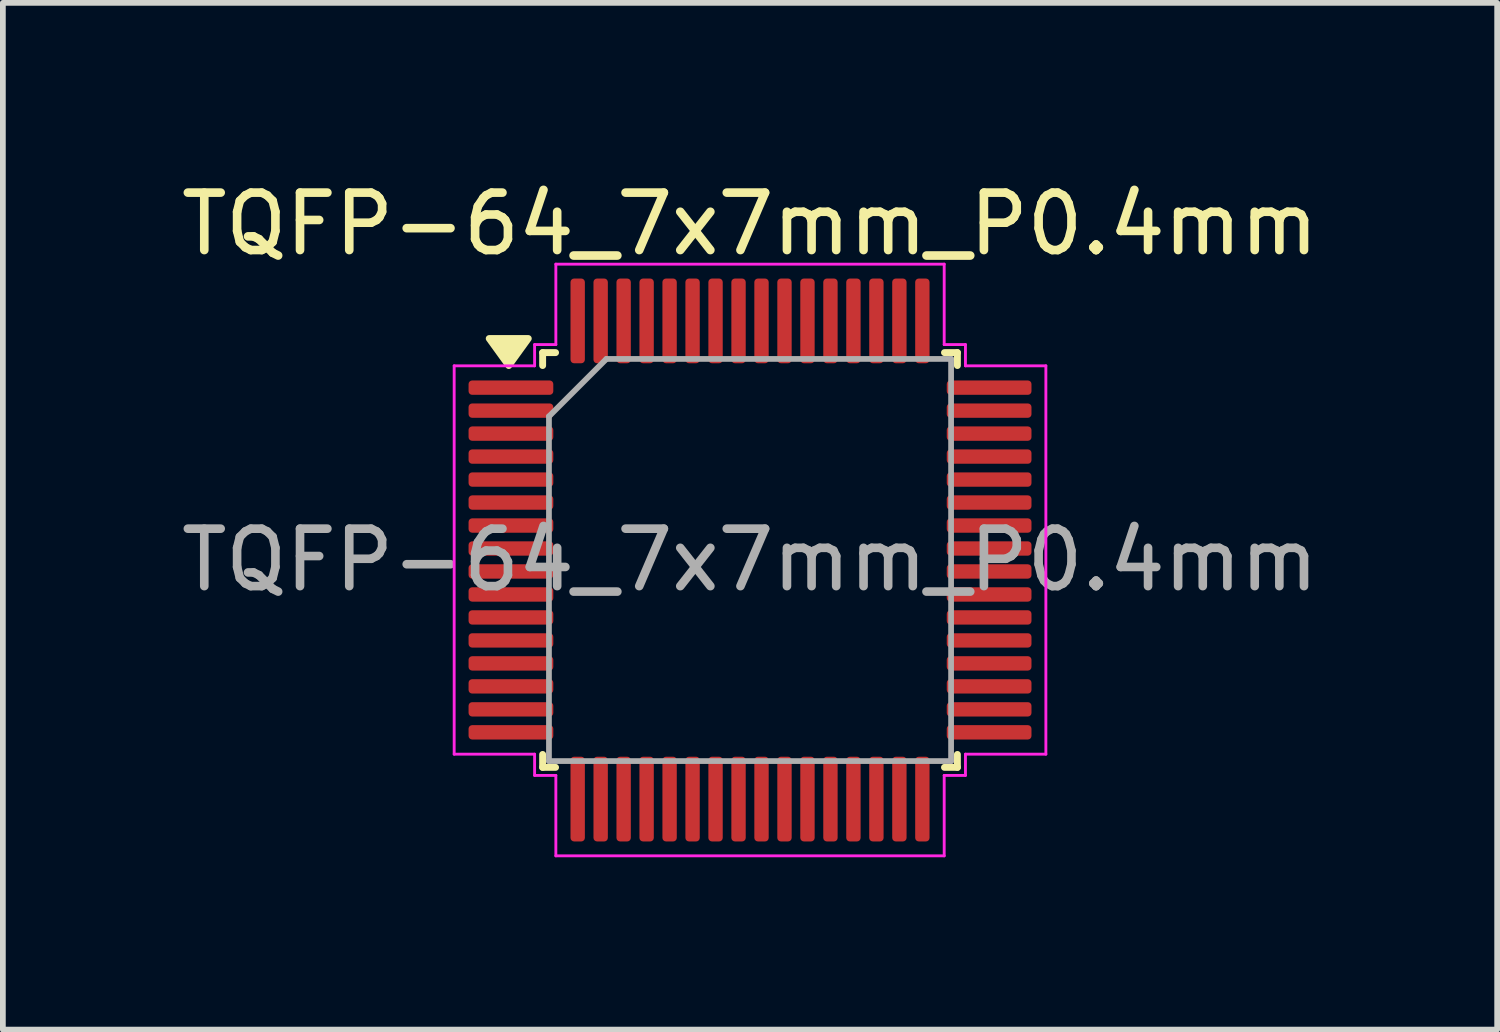
<source format=kicad_pcb>
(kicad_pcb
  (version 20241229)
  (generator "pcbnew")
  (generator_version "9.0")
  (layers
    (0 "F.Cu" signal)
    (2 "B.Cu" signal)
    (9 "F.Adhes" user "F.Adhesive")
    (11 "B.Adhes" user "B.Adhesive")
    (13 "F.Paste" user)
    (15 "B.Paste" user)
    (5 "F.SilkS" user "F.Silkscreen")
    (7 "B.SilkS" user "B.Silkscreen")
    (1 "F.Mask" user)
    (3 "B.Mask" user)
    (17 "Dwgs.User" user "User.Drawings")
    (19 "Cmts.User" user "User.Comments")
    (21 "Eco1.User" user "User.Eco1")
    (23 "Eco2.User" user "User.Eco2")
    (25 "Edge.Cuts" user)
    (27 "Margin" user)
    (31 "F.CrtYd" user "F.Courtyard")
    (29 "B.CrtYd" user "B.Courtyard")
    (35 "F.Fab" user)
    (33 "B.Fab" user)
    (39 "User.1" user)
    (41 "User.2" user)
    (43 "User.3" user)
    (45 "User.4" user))
  (footprint "TQFP-64_7x7mm_P0.4mm"
    (layer "F.Cu")
    (at 10.006 6.698)
    (property "Reference" "TQFP-64_7x7mm_P0.4mm" (at 0 -5.85 0) (layer "F.SilkS") (effects (font (size 1 1) (thickness 0.15))))
    (attr smd)
    (fp_line (start -3.61 -3.61) (end -3.61 -3.385) (stroke (width 0.12) (type solid)) (layer "F.SilkS"))
    (fp_line (start -3.61 3.61) (end -3.61 3.385) (stroke (width 0.12) (type solid)) (layer "F.SilkS"))
    (fp_line (start -3.385 -3.61) (end -3.61 -3.61) (stroke (width 0.12) (type solid)) (layer "F.SilkS"))
    (fp_line (start -3.385 3.61) (end -3.61 3.61) (stroke (width 0.12) (type solid)) (layer "F.SilkS"))
    (fp_line (start 3.385 -3.61) (end 3.61 -3.61) (stroke (width 0.12) (type solid)) (layer "F.SilkS"))
    (fp_line (start 3.385 3.61) (end 3.61 3.61) (stroke (width 0.12) (type solid)) (layer "F.SilkS"))
    (fp_line (start 3.61 -3.61) (end 3.61 -3.385) (stroke (width 0.12) (type solid)) (layer "F.SilkS"))
    (fp_line (start 3.61 3.61) (end 3.61 3.385) (stroke (width 0.12) (type solid)) (layer "F.SilkS"))
    (fp_poly (pts (xy -4.2 -3.385) (xy -4.54 -3.855) (xy -3.86 -3.855)) (stroke (width 0.12) (type solid)) (fill yes) (layer "F.SilkS"))
    (fp_line (start -5.15 -3.38) (end -3.75 -3.38) (stroke (width 0.05) (type solid)) (layer "F.CrtYd"))
    (fp_line (start -5.15 3.38) (end -5.15 -3.38) (stroke (width 0.05) (type solid)) (layer "F.CrtYd"))
    (fp_line (start -3.75 -3.75) (end -3.38 -3.75) (stroke (width 0.05) (type solid)) (layer "F.CrtYd"))
    (fp_line (start -3.75 -3.38) (end -3.75 -3.75) (stroke (width 0.05) (type solid)) (layer "F.CrtYd"))
    (fp_line (start -3.75 3.38) (end -5.15 3.38) (stroke (width 0.05) (type solid)) (layer "F.CrtYd"))
    (fp_line (start -3.75 3.75) (end -3.75 3.38) (stroke (width 0.05) (type solid)) (layer "F.CrtYd"))
    (fp_line (start -3.38 -5.15) (end 3.38 -5.15) (stroke (width 0.05) (type solid)) (layer "F.CrtYd"))
    (fp_line (start -3.38 -3.75) (end -3.38 -5.15) (stroke (width 0.05) (type solid)) (layer "F.CrtYd"))
    (fp_line (start -3.38 3.75) (end -3.75 3.75) (stroke (width 0.05) (type solid)) (layer "F.CrtYd"))
    (fp_line (start -3.38 5.15) (end -3.38 3.75) (stroke (width 0.05) (type solid)) (layer "F.CrtYd"))
    (fp_line (start 3.38 -5.15) (end 3.38 -3.75) (stroke (width 0.05) (type solid)) (layer "F.CrtYd"))
    (fp_line (start 3.38 -3.75) (end 3.75 -3.75) (stroke (width 0.05) (type solid)) (layer "F.CrtYd"))
    (fp_line (start 3.38 3.75) (end 3.38 5.15) (stroke (width 0.05) (type solid)) (layer "F.CrtYd"))
    (fp_line (start 3.38 5.15) (end -3.38 5.15) (stroke (width 0.05) (type solid)) (layer "F.CrtYd"))
    (fp_line (start 3.75 -3.75) (end 3.75 -3.38) (stroke (width 0.05) (type solid)) (layer "F.CrtYd"))
    (fp_line (start 3.75 -3.38) (end 5.15 -3.38) (stroke (width 0.05) (type solid)) (layer "F.CrtYd"))
    (fp_line (start 3.75 3.38) (end 3.75 3.75) (stroke (width 0.05) (type solid)) (layer "F.CrtYd"))
    (fp_line (start 3.75 3.75) (end 3.38 3.75) (stroke (width 0.05) (type solid)) (layer "F.CrtYd"))
    (fp_line (start 5.15 -3.38) (end 5.15 3.38) (stroke (width 0.05) (type solid)) (layer "F.CrtYd"))
    (fp_line (start 5.15 3.38) (end 3.75 3.38) (stroke (width 0.05) (type solid)) (layer "F.CrtYd"))
    (fp_line (start -3.5 -2.5) (end -2.5 -3.5) (stroke (width 0.1) (type solid)) (layer "F.Fab"))
    (fp_line (start -3.5 3.5) (end -3.5 -2.5) (stroke (width 0.1) (type solid)) (layer "F.Fab"))
    (fp_line (start -2.5 -3.5) (end 3.5 -3.5) (stroke (width 0.1) (type solid)) (layer "F.Fab"))
    (fp_line (start 3.5 -3.5) (end 3.5 3.5) (stroke (width 0.1) (type solid)) (layer "F.Fab"))
    (fp_line (start 3.5 3.5) (end -3.5 3.5) (stroke (width 0.1) (type solid)) (layer "F.Fab"))
    (fp_text user "${REFERENCE}" (at 0 0 0) (layer "F.Fab") (effects (font (size 1 1) (thickness 0.15))))
    (pad "1" smd roundrect (at -4.162 -3) (size 1.475 0.25) (layers "F.Cu" "F.Mask" "F.Paste") (roundrect_rratio 0.25))
    (pad "2" smd roundrect (at -4.162 -2.6) (size 1.475 0.25) (layers "F.Cu" "F.Mask" "F.Paste") (roundrect_rratio 0.25))
    (pad "3" smd roundrect (at -4.162 -2.2) (size 1.475 0.25) (layers "F.Cu" "F.Mask" "F.Paste") (roundrect_rratio 0.25))
    (pad "4" smd roundrect (at -4.162 -1.8) (size 1.475 0.25) (layers "F.Cu" "F.Mask" "F.Paste") (roundrect_rratio 0.25))
    (pad "5" smd roundrect (at -4.162 -1.4) (size 1.475 0.25) (layers "F.Cu" "F.Mask" "F.Paste") (roundrect_rratio 0.25))
    (pad "6" smd roundrect (at -4.162 -1) (size 1.475 0.25) (layers "F.Cu" "F.Mask" "F.Paste") (roundrect_rratio 0.25))
    (pad "7" smd roundrect (at -4.162 -0.6) (size 1.475 0.25) (layers "F.Cu" "F.Mask" "F.Paste") (roundrect_rratio 0.25))
    (pad "8" smd roundrect (at -4.162 -0.2) (size 1.475 0.25) (layers "F.Cu" "F.Mask" "F.Paste") (roundrect_rratio 0.25))
    (pad "9" smd roundrect (at -4.162 0.2) (size 1.475 0.25) (layers "F.Cu" "F.Mask" "F.Paste") (roundrect_rratio 0.25))
    (pad "10" smd roundrect (at -4.162 0.6) (size 1.475 0.25) (layers "F.Cu" "F.Mask" "F.Paste") (roundrect_rratio 0.25))
    (pad "11" smd roundrect (at -4.162 1) (size 1.475 0.25) (layers "F.Cu" "F.Mask" "F.Paste") (roundrect_rratio 0.25))
    (pad "12" smd roundrect (at -4.162 1.4) (size 1.475 0.25) (layers "F.Cu" "F.Mask" "F.Paste") (roundrect_rratio 0.25))
    (pad "13" smd roundrect (at -4.162 1.8) (size 1.475 0.25) (layers "F.Cu" "F.Mask" "F.Paste") (roundrect_rratio 0.25))
    (pad "14" smd roundrect (at -4.162 2.2) (size 1.475 0.25) (layers "F.Cu" "F.Mask" "F.Paste") (roundrect_rratio 0.25))
    (pad "15" smd roundrect (at -4.162 2.6) (size 1.475 0.25) (layers "F.Cu" "F.Mask" "F.Paste") (roundrect_rratio 0.25))
    (pad "16" smd roundrect (at -4.162 3) (size 1.475 0.25) (layers "F.Cu" "F.Mask" "F.Paste") (roundrect_rratio 0.25))
    (pad "17" smd roundrect (at -3 4.162) (size 0.25 1.475) (layers "F.Cu" "F.Mask" "F.Paste") (roundrect_rratio 0.25))
    (pad "18" smd roundrect (at -2.6 4.162) (size 0.25 1.475) (layers "F.Cu" "F.Mask" "F.Paste") (roundrect_rratio 0.25))
    (pad "19" smd roundrect (at -2.2 4.162) (size 0.25 1.475) (layers "F.Cu" "F.Mask" "F.Paste") (roundrect_rratio 0.25))
    (pad "20" smd roundrect (at -1.8 4.162) (size 0.25 1.475) (layers "F.Cu" "F.Mask" "F.Paste") (roundrect_rratio 0.25))
    (pad "21" smd roundrect (at -1.4 4.162) (size 0.25 1.475) (layers "F.Cu" "F.Mask" "F.Paste") (roundrect_rratio 0.25))
    (pad "22" smd roundrect (at -1 4.162) (size 0.25 1.475) (layers "F.Cu" "F.Mask" "F.Paste") (roundrect_rratio 0.25))
    (pad "23" smd roundrect (at -0.6 4.162) (size 0.25 1.475) (layers "F.Cu" "F.Mask" "F.Paste") (roundrect_rratio 0.25))
    (pad "24" smd roundrect (at -0.2 4.162) (size 0.25 1.475) (layers "F.Cu" "F.Mask" "F.Paste") (roundrect_rratio 0.25))
    (pad "25" smd roundrect (at 0.2 4.162) (size 0.25 1.475) (layers "F.Cu" "F.Mask" "F.Paste") (roundrect_rratio 0.25))
    (pad "26" smd roundrect (at 0.6 4.162) (size 0.25 1.475) (layers "F.Cu" "F.Mask" "F.Paste") (roundrect_rratio 0.25))
    (pad "27" smd roundrect (at 1 4.162) (size 0.25 1.475) (layers "F.Cu" "F.Mask" "F.Paste") (roundrect_rratio 0.25))
    (pad "28" smd roundrect (at 1.4 4.162) (size 0.25 1.475) (layers "F.Cu" "F.Mask" "F.Paste") (roundrect_rratio 0.25))
    (pad "29" smd roundrect (at 1.8 4.162) (size 0.25 1.475) (layers "F.Cu" "F.Mask" "F.Paste") (roundrect_rratio 0.25))
    (pad "30" smd roundrect (at 2.2 4.162) (size 0.25 1.475) (layers "F.Cu" "F.Mask" "F.Paste") (roundrect_rratio 0.25))
    (pad "31" smd roundrect (at 2.6 4.162) (size 0.25 1.475) (layers "F.Cu" "F.Mask" "F.Paste") (roundrect_rratio 0.25))
    (pad "32" smd roundrect (at 3 4.162) (size 0.25 1.475) (layers "F.Cu" "F.Mask" "F.Paste") (roundrect_rratio 0.25))
    (pad "33" smd roundrect (at 4.162 3) (size 1.475 0.25) (layers "F.Cu" "F.Mask" "F.Paste") (roundrect_rratio 0.25))
    (pad "34" smd roundrect (at 4.162 2.6) (size 1.475 0.25) (layers "F.Cu" "F.Mask" "F.Paste") (roundrect_rratio 0.25))
    (pad "35" smd roundrect (at 4.162 2.2) (size 1.475 0.25) (layers "F.Cu" "F.Mask" "F.Paste") (roundrect_rratio 0.25))
    (pad "36" smd roundrect (at 4.162 1.8) (size 1.475 0.25) (layers "F.Cu" "F.Mask" "F.Paste") (roundrect_rratio 0.25))
    (pad "37" smd roundrect (at 4.162 1.4) (size 1.475 0.25) (layers "F.Cu" "F.Mask" "F.Paste") (roundrect_rratio 0.25))
    (pad "38" smd roundrect (at 4.162 1) (size 1.475 0.25) (layers "F.Cu" "F.Mask" "F.Paste") (roundrect_rratio 0.25))
    (pad "39" smd roundrect (at 4.162 0.6) (size 1.475 0.25) (layers "F.Cu" "F.Mask" "F.Paste") (roundrect_rratio 0.25))
    (pad "40" smd roundrect (at 4.162 0.2) (size 1.475 0.25) (layers "F.Cu" "F.Mask" "F.Paste") (roundrect_rratio 0.25))
    (pad "41" smd roundrect (at 4.162 -0.2) (size 1.475 0.25) (layers "F.Cu" "F.Mask" "F.Paste") (roundrect_rratio 0.25))
    (pad "42" smd roundrect (at 4.162 -0.6) (size 1.475 0.25) (layers "F.Cu" "F.Mask" "F.Paste") (roundrect_rratio 0.25))
    (pad "43" smd roundrect (at 4.162 -1) (size 1.475 0.25) (layers "F.Cu" "F.Mask" "F.Paste") (roundrect_rratio 0.25))
    (pad "44" smd roundrect (at 4.162 -1.4) (size 1.475 0.25) (layers "F.Cu" "F.Mask" "F.Paste") (roundrect_rratio 0.25))
    (pad "45" smd roundrect (at 4.162 -1.8) (size 1.475 0.25) (layers "F.Cu" "F.Mask" "F.Paste") (roundrect_rratio 0.25))
    (pad "46" smd roundrect (at 4.162 -2.2) (size 1.475 0.25) (layers "F.Cu" "F.Mask" "F.Paste") (roundrect_rratio 0.25))
    (pad "47" smd roundrect (at 4.162 -2.6) (size 1.475 0.25) (layers "F.Cu" "F.Mask" "F.Paste") (roundrect_rratio 0.25))
    (pad "48" smd roundrect (at 4.162 -3) (size 1.475 0.25) (layers "F.Cu" "F.Mask" "F.Paste") (roundrect_rratio 0.25))
    (pad "49" smd roundrect (at 3 -4.162) (size 0.25 1.475) (layers "F.Cu" "F.Mask" "F.Paste") (roundrect_rratio 0.25))
    (pad "50" smd roundrect (at 2.6 -4.162) (size 0.25 1.475) (layers "F.Cu" "F.Mask" "F.Paste") (roundrect_rratio 0.25))
    (pad "51" smd roundrect (at 2.2 -4.162) (size 0.25 1.475) (layers "F.Cu" "F.Mask" "F.Paste") (roundrect_rratio 0.25))
    (pad "52" smd roundrect (at 1.8 -4.162) (size 0.25 1.475) (layers "F.Cu" "F.Mask" "F.Paste") (roundrect_rratio 0.25))
    (pad "53" smd roundrect (at 1.4 -4.162) (size 0.25 1.475) (layers "F.Cu" "F.Mask" "F.Paste") (roundrect_rratio 0.25))
    (pad "54" smd roundrect (at 1 -4.162) (size 0.25 1.475) (layers "F.Cu" "F.Mask" "F.Paste") (roundrect_rratio 0.25))
    (pad "55" smd roundrect (at 0.6 -4.162) (size 0.25 1.475) (layers "F.Cu" "F.Mask" "F.Paste") (roundrect_rratio 0.25))
    (pad "56" smd roundrect (at 0.2 -4.162) (size 0.25 1.475) (layers "F.Cu" "F.Mask" "F.Paste") (roundrect_rratio 0.25))
    (pad "57" smd roundrect (at -0.2 -4.162) (size 0.25 1.475) (layers "F.Cu" "F.Mask" "F.Paste") (roundrect_rratio 0.25))
    (pad "58" smd roundrect (at -0.6 -4.162) (size 0.25 1.475) (layers "F.Cu" "F.Mask" "F.Paste") (roundrect_rratio 0.25))
    (pad "59" smd roundrect (at -1 -4.162) (size 0.25 1.475) (layers "F.Cu" "F.Mask" "F.Paste") (roundrect_rratio 0.25))
    (pad "60" smd roundrect (at -1.4 -4.162) (size 0.25 1.475) (layers "F.Cu" "F.Mask" "F.Paste") (roundrect_rratio 0.25))
    (pad "61" smd roundrect (at -1.8 -4.162) (size 0.25 1.475) (layers "F.Cu" "F.Mask" "F.Paste") (roundrect_rratio 0.25))
    (pad "62" smd roundrect (at -2.2 -4.162) (size 0.25 1.475) (layers "F.Cu" "F.Mask" "F.Paste") (roundrect_rratio 0.25))
    (pad "63" smd roundrect (at -2.6 -4.162) (size 0.25 1.475) (layers "F.Cu" "F.Mask" "F.Paste") (roundrect_rratio 0.25))
    (pad "64" smd roundrect (at -3 -4.162) (size 0.25 1.475) (layers "F.Cu" "F.Mask" "F.Paste") (roundrect_rratio 0.25)))
  (gr_rect
    (start -3 -3)
    (end 23.012 14.873)
    (stroke (width 0.1) (type default))
    (fill no)
    (layer "Edge.Cuts")))
</source>
